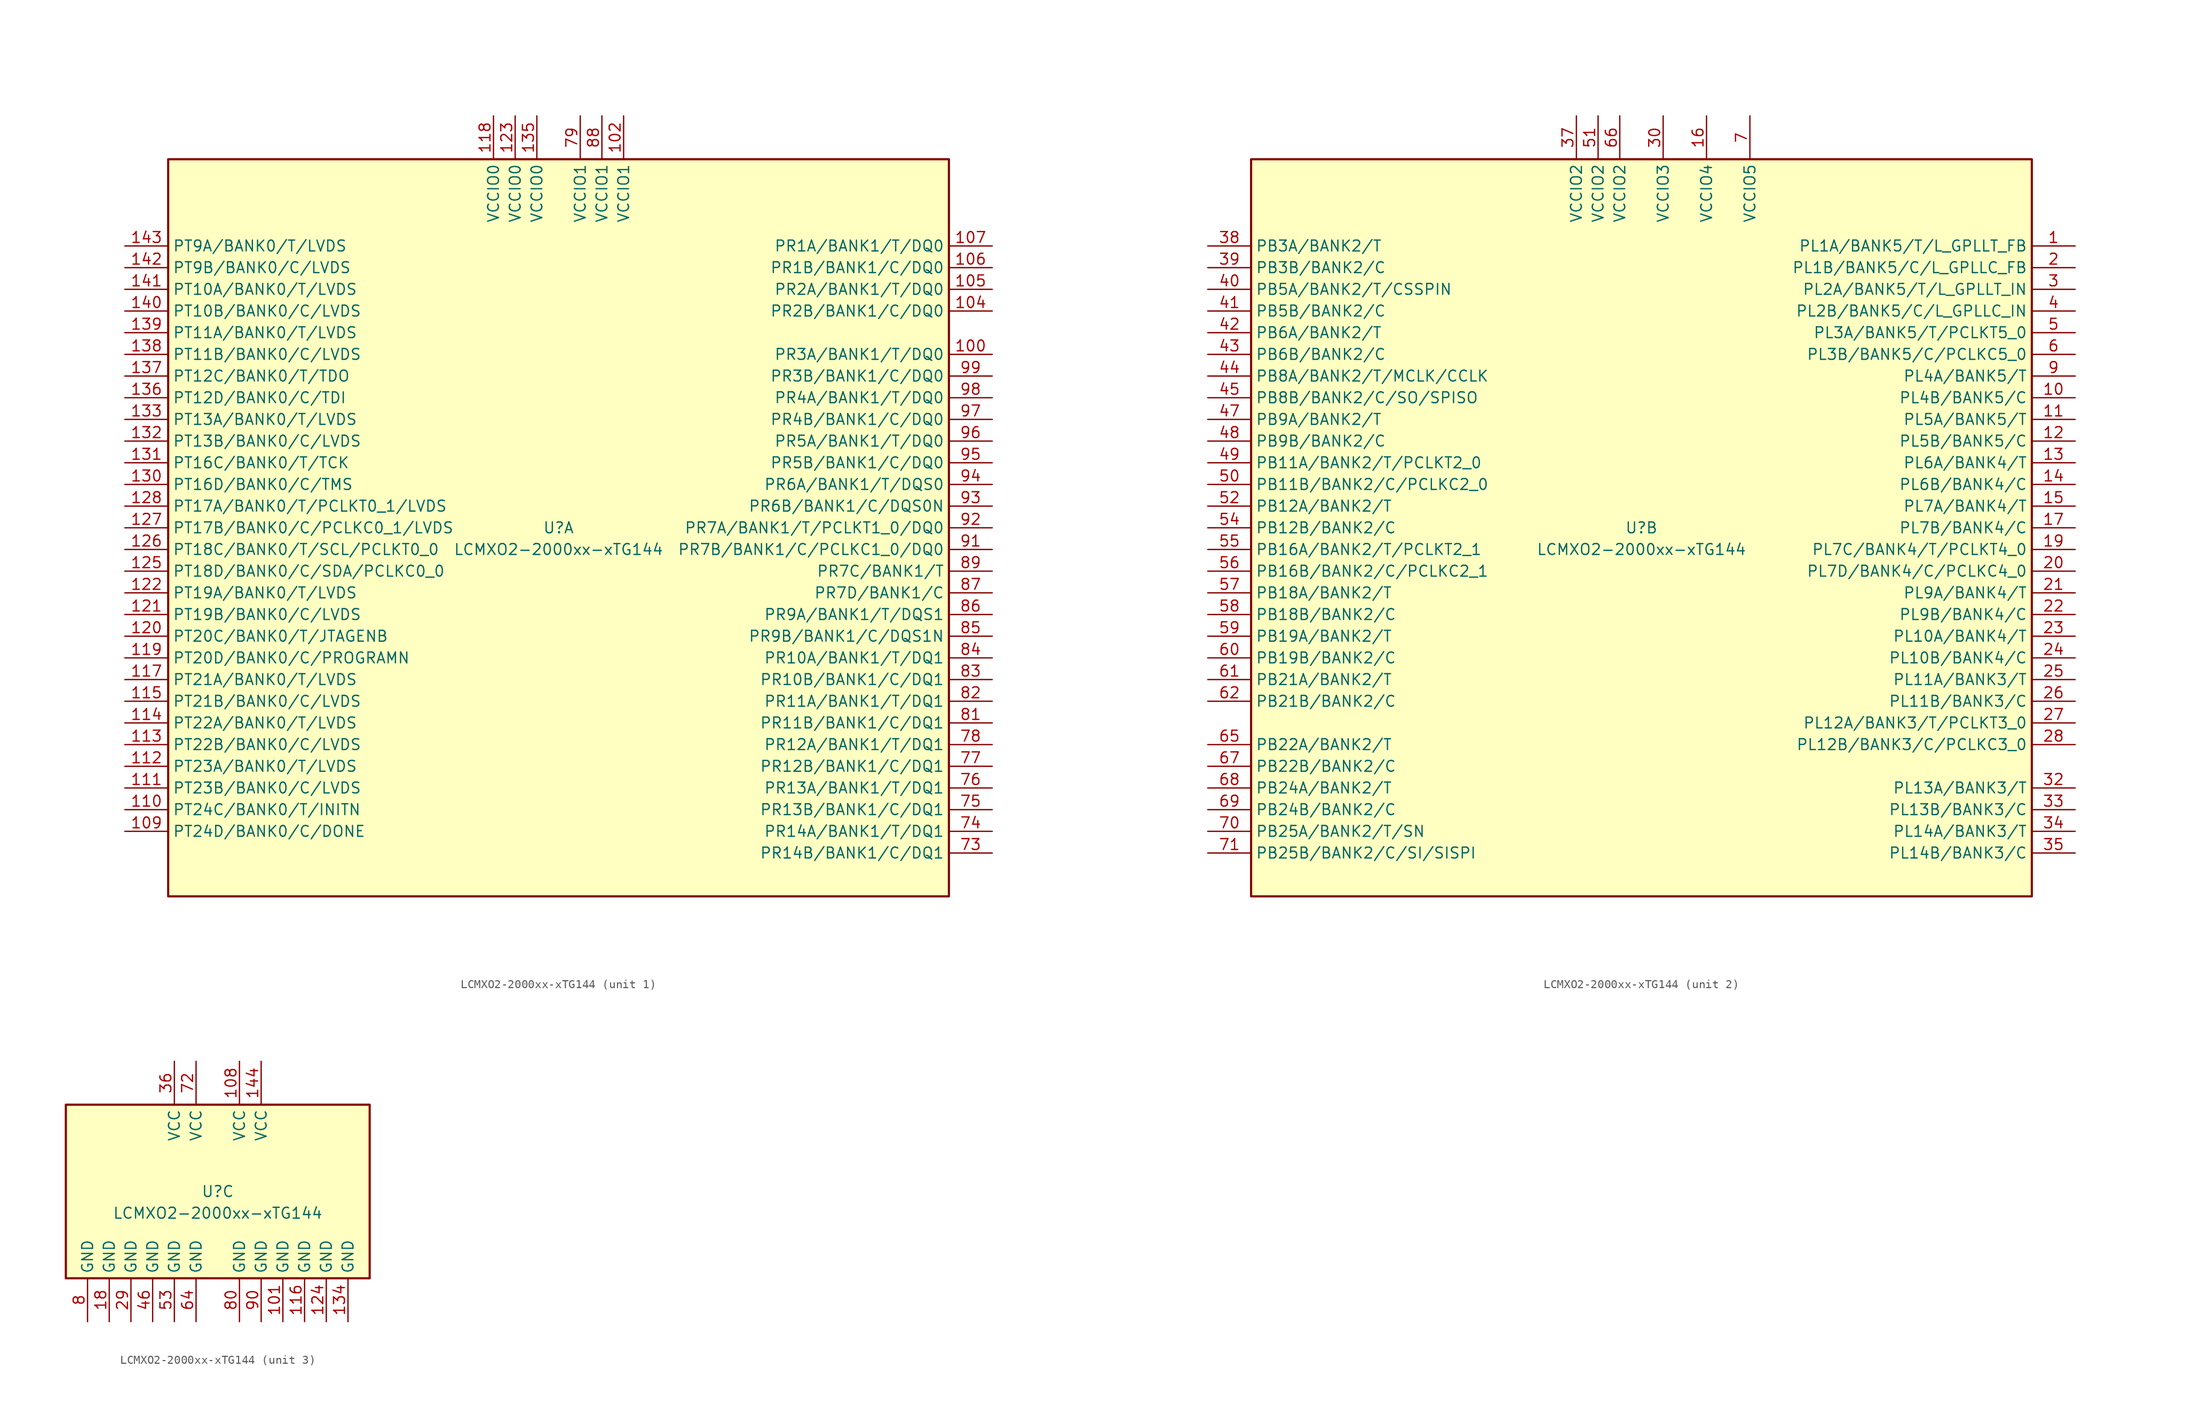
<source format=kicad_sym>
(kicad_symbol_lib
  (version 20241209)
  (generator "kicad_symbol_editor")
  (generator_version "9.0")
  (symbol "LCMXO2-2000xx-xTG144"
    (property "Reference" "U"
      (at 0 0 0)
      (effects (font (size 1.27 1.27))))
    (property "Value" "LCMXO2-2000xx-xTG144"
      (at 0 -2.54 0)
      (effects (font (size 1.27 1.27))))
    (property "ki_locked" ""
      (at 0 0 0)
      (effects (font (size 1.27 1.27))))
    (symbol "LCMXO2-2000xx-xTG144_1_1"
      (rectangle (start -45.72 43.18) (end 45.72 -43.18) (stroke (width 0.254) (type default)) (fill (type background)))
      (pin bidirectional line (at -50.8 33.02 0) (length 5.08) (name "PT9A/BANK0/T/LVDS" (effects (font (size 1.27 1.27)))) (number "143" (effects (font (size 1.27 1.27)))))
      (pin bidirectional line (at -50.8 30.48 0) (length 5.08) (name "PT9B/BANK0/C/LVDS" (effects (font (size 1.27 1.27)))) (number "142" (effects (font (size 1.27 1.27)))))
      (pin bidirectional line (at -50.8 27.94 0) (length 5.08) (name "PT10A/BANK0/T/LVDS" (effects (font (size 1.27 1.27)))) (number "141" (effects (font (size 1.27 1.27)))))
      (pin bidirectional line (at -50.8 25.4 0) (length 5.08) (name "PT10B/BANK0/C/LVDS" (effects (font (size 1.27 1.27)))) (number "140" (effects (font (size 1.27 1.27)))))
      (pin bidirectional line (at -50.8 22.86 0) (length 5.08) (name "PT11A/BANK0/T/LVDS" (effects (font (size 1.27 1.27)))) (number "139" (effects (font (size 1.27 1.27)))))
      (pin bidirectional line (at -50.8 20.32 0) (length 5.08) (name "PT11B/BANK0/C/LVDS" (effects (font (size 1.27 1.27)))) (number "138" (effects (font (size 1.27 1.27)))))
      (pin bidirectional line (at -50.8 17.78 0) (length 5.08) (name "PT12C/BANK0/T/TDO" (effects (font (size 1.27 1.27)))) (number "137" (effects (font (size 1.27 1.27)))))
      (pin bidirectional line (at -50.8 15.24 0) (length 5.08) (name "PT12D/BANK0/C/TDI" (effects (font (size 1.27 1.27)))) (number "136" (effects (font (size 1.27 1.27)))))
      (pin bidirectional line (at -50.8 12.7 0) (length 5.08) (name "PT13A/BANK0/T/LVDS" (effects (font (size 1.27 1.27)))) (number "133" (effects (font (size 1.27 1.27)))))
      (pin bidirectional line (at -50.8 10.16 0) (length 5.08) (name "PT13B/BANK0/C/LVDS" (effects (font (size 1.27 1.27)))) (number "132" (effects (font (size 1.27 1.27)))))
      (pin bidirectional line (at -50.8 7.62 0) (length 5.08) (name "PT16C/BANK0/T/TCK" (effects (font (size 1.27 1.27)))) (number "131" (effects (font (size 1.27 1.27)))))
      (pin bidirectional line (at -50.8 5.08 0) (length 5.08) (name "PT16D/BANK0/C/TMS" (effects (font (size 1.27 1.27)))) (number "130" (effects (font (size 1.27 1.27)))))
      (pin bidirectional line (at -50.8 2.54 0) (length 5.08) (name "PT17A/BANK0/T/PCLKT0_1/LVDS" (effects (font (size 1.27 1.27)))) (number "128" (effects (font (size 1.27 1.27)))))
      (pin bidirectional line (at -50.8 0 0) (length 5.08) (name "PT17B/BANK0/C/PCLKC0_1/LVDS" (effects (font (size 1.27 1.27)))) (number "127" (effects (font (size 1.27 1.27)))))
      (pin bidirectional line (at -50.8 -2.54 0) (length 5.08) (name "PT18C/BANK0/T/SCL/PCLKT0_0" (effects (font (size 1.27 1.27)))) (number "126" (effects (font (size 1.27 1.27)))))
      (pin bidirectional line (at -50.8 -5.08 0) (length 5.08) (name "PT18D/BANK0/C/SDA/PCLKC0_0" (effects (font (size 1.27 1.27)))) (number "125" (effects (font (size 1.27 1.27)))))
      (pin bidirectional line (at -50.8 -7.62 0) (length 5.08) (name "PT19A/BANK0/T/LVDS" (effects (font (size 1.27 1.27)))) (number "122" (effects (font (size 1.27 1.27)))))
      (pin bidirectional line (at -50.8 -10.16 0) (length 5.08) (name "PT19B/BANK0/C/LVDS" (effects (font (size 1.27 1.27)))) (number "121" (effects (font (size 1.27 1.27)))))
      (pin bidirectional line (at -50.8 -12.7 0) (length 5.08) (name "PT20C/BANK0/T/JTAGENB" (effects (font (size 1.27 1.27)))) (number "120" (effects (font (size 1.27 1.27)))))
      (pin bidirectional line (at -50.8 -15.24 0) (length 5.08) (name "PT20D/BANK0/C/PROGRAMN" (effects (font (size 1.27 1.27)))) (number "119" (effects (font (size 1.27 1.27)))))
      (pin bidirectional line (at -50.8 -17.78 0) (length 5.08) (name "PT21A/BANK0/T/LVDS" (effects (font (size 1.27 1.27)))) (number "117" (effects (font (size 1.27 1.27)))))
      (pin bidirectional line (at -50.8 -20.32 0) (length 5.08) (name "PT21B/BANK0/C/LVDS" (effects (font (size 1.27 1.27)))) (number "115" (effects (font (size 1.27 1.27)))))
      (pin bidirectional line (at -50.8 -22.86 0) (length 5.08) (name "PT22A/BANK0/T/LVDS" (effects (font (size 1.27 1.27)))) (number "114" (effects (font (size 1.27 1.27)))))
      (pin bidirectional line (at -50.8 -25.4 0) (length 5.08) (name "PT22B/BANK0/C/LVDS" (effects (font (size 1.27 1.27)))) (number "113" (effects (font (size 1.27 1.27)))))
      (pin bidirectional line (at -50.8 -27.94 0) (length 5.08) (name "PT23A/BANK0/T/LVDS" (effects (font (size 1.27 1.27)))) (number "112" (effects (font (size 1.27 1.27)))))
      (pin bidirectional line (at -50.8 -30.48 0) (length 5.08) (name "PT23B/BANK0/C/LVDS" (effects (font (size 1.27 1.27)))) (number "111" (effects (font (size 1.27 1.27)))))
      (pin bidirectional line (at -50.8 -33.02 0) (length 5.08) (name "PT24C/BANK0/T/INITN" (effects (font (size 1.27 1.27)))) (number "110" (effects (font (size 1.27 1.27)))))
      (pin bidirectional line (at -50.8 -35.56 0) (length 5.08) (name "PT24D/BANK0/C/DONE" (effects (font (size 1.27 1.27)))) (number "109" (effects (font (size 1.27 1.27)))))
      (pin no_connect line (at -45.72 -38.1 0) (length 5.08) (hide yes) (name "NC" (effects (font (size 1.27 1.27)))) (number "129" (effects (font (size 1.27 1.27)))))
      (pin power_in line (at -7.62 48.26 270) (length 5.08) (name "VCCIO0" (effects (font (size 1.27 1.27)))) (number "118" (effects (font (size 1.27 1.27)))))
      (pin power_in line (at -5.08 48.26 270) (length 5.08) (name "VCCIO0" (effects (font (size 1.27 1.27)))) (number "123" (effects (font (size 1.27 1.27)))))
      (pin power_in line (at -2.54 48.26 270) (length 5.08) (name "VCCIO0" (effects (font (size 1.27 1.27)))) (number "135" (effects (font (size 1.27 1.27)))))
      (pin power_in line (at 2.54 48.26 270) (length 5.08) (name "VCCIO1" (effects (font (size 1.27 1.27)))) (number "79" (effects (font (size 1.27 1.27)))))
      (pin power_in line (at 5.08 48.26 270) (length 5.08) (name "VCCIO1" (effects (font (size 1.27 1.27)))) (number "88" (effects (font (size 1.27 1.27)))))
      (pin power_in line (at 7.62 48.26 270) (length 5.08) (name "VCCIO1" (effects (font (size 1.27 1.27)))) (number "102" (effects (font (size 1.27 1.27)))))
      (pin no_connect line (at 45.72 22.86 180) (length 5.08) (hide yes) (name "NC" (effects (font (size 1.27 1.27)))) (number "103" (effects (font (size 1.27 1.27)))))
      (pin bidirectional line (at 50.8 33.02 180) (length 5.08) (name "PR1A/BANK1/T/DQ0" (effects (font (size 1.27 1.27)))) (number "107" (effects (font (size 1.27 1.27)))))
      (pin bidirectional line (at 50.8 30.48 180) (length 5.08) (name "PR1B/BANK1/C/DQ0" (effects (font (size 1.27 1.27)))) (number "106" (effects (font (size 1.27 1.27)))))
      (pin bidirectional line (at 50.8 27.94 180) (length 5.08) (name "PR2A/BANK1/T/DQ0" (effects (font (size 1.27 1.27)))) (number "105" (effects (font (size 1.27 1.27)))))
      (pin bidirectional line (at 50.8 25.4 180) (length 5.08) (name "PR2B/BANK1/C/DQ0" (effects (font (size 1.27 1.27)))) (number "104" (effects (font (size 1.27 1.27)))))
      (pin bidirectional line (at 50.8 20.32 180) (length 5.08) (name "PR3A/BANK1/T/DQ0" (effects (font (size 1.27 1.27)))) (number "100" (effects (font (size 1.27 1.27)))))
      (pin bidirectional line (at 50.8 17.78 180) (length 5.08) (name "PR3B/BANK1/C/DQ0" (effects (font (size 1.27 1.27)))) (number "99" (effects (font (size 1.27 1.27)))))
      (pin bidirectional line (at 50.8 15.24 180) (length 5.08) (name "PR4A/BANK1/T/DQ0" (effects (font (size 1.27 1.27)))) (number "98" (effects (font (size 1.27 1.27)))))
      (pin bidirectional line (at 50.8 12.7 180) (length 5.08) (name "PR4B/BANK1/C/DQ0" (effects (font (size 1.27 1.27)))) (number "97" (effects (font (size 1.27 1.27)))))
      (pin bidirectional line (at 50.8 10.16 180) (length 5.08) (name "PR5A/BANK1/T/DQ0" (effects (font (size 1.27 1.27)))) (number "96" (effects (font (size 1.27 1.27)))))
      (pin bidirectional line (at 50.8 7.62 180) (length 5.08) (name "PR5B/BANK1/C/DQ0" (effects (font (size 1.27 1.27)))) (number "95" (effects (font (size 1.27 1.27)))))
      (pin bidirectional line (at 50.8 5.08 180) (length 5.08) (name "PR6A/BANK1/T/DQS0" (effects (font (size 1.27 1.27)))) (number "94" (effects (font (size 1.27 1.27)))))
      (pin bidirectional line (at 50.8 2.54 180) (length 5.08) (name "PR6B/BANK1/C/DQS0N" (effects (font (size 1.27 1.27)))) (number "93" (effects (font (size 1.27 1.27)))))
      (pin bidirectional line (at 50.8 0 180) (length 5.08) (name "PR7A/BANK1/T/PCLKT1_0/DQ0" (effects (font (size 1.27 1.27)))) (number "92" (effects (font (size 1.27 1.27)))))
      (pin bidirectional line (at 50.8 -2.54 180) (length 5.08) (name "PR7B/BANK1/C/PCLKC1_0/DQ0" (effects (font (size 1.27 1.27)))) (number "91" (effects (font (size 1.27 1.27)))))
      (pin bidirectional line (at 50.8 -5.08 180) (length 5.08) (name "PR7C/BANK1/T" (effects (font (size 1.27 1.27)))) (number "89" (effects (font (size 1.27 1.27)))))
      (pin bidirectional line (at 50.8 -7.62 180) (length 5.08) (name "PR7D/BANK1/C" (effects (font (size 1.27 1.27)))) (number "87" (effects (font (size 1.27 1.27)))))
      (pin bidirectional line (at 50.8 -10.16 180) (length 5.08) (name "PR9A/BANK1/T/DQS1" (effects (font (size 1.27 1.27)))) (number "86" (effects (font (size 1.27 1.27)))))
      (pin bidirectional line (at 50.8 -12.7 180) (length 5.08) (name "PR9B/BANK1/C/DQS1N" (effects (font (size 1.27 1.27)))) (number "85" (effects (font (size 1.27 1.27)))))
      (pin bidirectional line (at 50.8 -15.24 180) (length 5.08) (name "PR10A/BANK1/T/DQ1" (effects (font (size 1.27 1.27)))) (number "84" (effects (font (size 1.27 1.27)))))
      (pin bidirectional line (at 50.8 -17.78 180) (length 5.08) (name "PR10B/BANK1/C/DQ1" (effects (font (size 1.27 1.27)))) (number "83" (effects (font (size 1.27 1.27)))))
      (pin bidirectional line (at 50.8 -20.32 180) (length 5.08) (name "PR11A/BANK1/T/DQ1" (effects (font (size 1.27 1.27)))) (number "82" (effects (font (size 1.27 1.27)))))
      (pin bidirectional line (at 50.8 -22.86 180) (length 5.08) (name "PR11B/BANK1/C/DQ1" (effects (font (size 1.27 1.27)))) (number "81" (effects (font (size 1.27 1.27)))))
      (pin bidirectional line (at 50.8 -25.4 180) (length 5.08) (name "PR12A/BANK1/T/DQ1" (effects (font (size 1.27 1.27)))) (number "78" (effects (font (size 1.27 1.27)))))
      (pin bidirectional line (at 50.8 -27.94 180) (length 5.08) (name "PR12B/BANK1/C/DQ1" (effects (font (size 1.27 1.27)))) (number "77" (effects (font (size 1.27 1.27)))))
      (pin bidirectional line (at 50.8 -30.48 180) (length 5.08) (name "PR13A/BANK1/T/DQ1" (effects (font (size 1.27 1.27)))) (number "76" (effects (font (size 1.27 1.27)))))
      (pin bidirectional line (at 50.8 -33.02 180) (length 5.08) (name "PR13B/BANK1/C/DQ1" (effects (font (size 1.27 1.27)))) (number "75" (effects (font (size 1.27 1.27)))))
      (pin bidirectional line (at 50.8 -35.56 180) (length 5.08) (name "PR14A/BANK1/T/DQ1" (effects (font (size 1.27 1.27)))) (number "74" (effects (font (size 1.27 1.27)))))
      (pin bidirectional line (at 50.8 -38.1 180) (length 5.08) (name "PR14B/BANK1/C/DQ1" (effects (font (size 1.27 1.27)))) (number "73" (effects (font (size 1.27 1.27))))))
    (symbol "LCMXO2-2000xx-xTG144_2_1"
      (rectangle (start -45.72 43.18) (end 45.72 -43.18) (stroke (width 0.254) (type default)) (fill (type background)))
      (pin bidirectional line (at -50.8 33.02 0) (length 5.08) (name "PB3A/BANK2/T" (effects (font (size 1.27 1.27)))) (number "38" (effects (font (size 1.27 1.27)))))
      (pin bidirectional line (at -50.8 30.48 0) (length 5.08) (name "PB3B/BANK2/C" (effects (font (size 1.27 1.27)))) (number "39" (effects (font (size 1.27 1.27)))))
      (pin bidirectional line (at -50.8 27.94 0) (length 5.08) (name "PB5A/BANK2/T/CSSPIN" (effects (font (size 1.27 1.27)))) (number "40" (effects (font (size 1.27 1.27)))))
      (pin bidirectional line (at -50.8 25.4 0) (length 5.08) (name "PB5B/BANK2/C" (effects (font (size 1.27 1.27)))) (number "41" (effects (font (size 1.27 1.27)))))
      (pin bidirectional line (at -50.8 22.86 0) (length 5.08) (name "PB6A/BANK2/T" (effects (font (size 1.27 1.27)))) (number "42" (effects (font (size 1.27 1.27)))))
      (pin bidirectional line (at -50.8 20.32 0) (length 5.08) (name "PB6B/BANK2/C" (effects (font (size 1.27 1.27)))) (number "43" (effects (font (size 1.27 1.27)))))
      (pin bidirectional line (at -50.8 17.78 0) (length 5.08) (name "PB8A/BANK2/T/MCLK/CCLK" (effects (font (size 1.27 1.27)))) (number "44" (effects (font (size 1.27 1.27)))))
      (pin bidirectional line (at -50.8 15.24 0) (length 5.08) (name "PB8B/BANK2/C/SO/SPISO" (effects (font (size 1.27 1.27)))) (number "45" (effects (font (size 1.27 1.27)))))
      (pin bidirectional line (at -50.8 12.7 0) (length 5.08) (name "PB9A/BANK2/T" (effects (font (size 1.27 1.27)))) (number "47" (effects (font (size 1.27 1.27)))))
      (pin bidirectional line (at -50.8 10.16 0) (length 5.08) (name "PB9B/BANK2/C" (effects (font (size 1.27 1.27)))) (number "48" (effects (font (size 1.27 1.27)))))
      (pin bidirectional line (at -50.8 7.62 0) (length 5.08) (name "PB11A/BANK2/T/PCLKT2_0" (effects (font (size 1.27 1.27)))) (number "49" (effects (font (size 1.27 1.27)))))
      (pin bidirectional line (at -50.8 5.08 0) (length 5.08) (name "PB11B/BANK2/C/PCLKC2_0" (effects (font (size 1.27 1.27)))) (number "50" (effects (font (size 1.27 1.27)))))
      (pin bidirectional line (at -50.8 2.54 0) (length 5.08) (name "PB12A/BANK2/T" (effects (font (size 1.27 1.27)))) (number "52" (effects (font (size 1.27 1.27)))))
      (pin bidirectional line (at -50.8 0 0) (length 5.08) (name "PB12B/BANK2/C" (effects (font (size 1.27 1.27)))) (number "54" (effects (font (size 1.27 1.27)))))
      (pin bidirectional line (at -50.8 -2.54 0) (length 5.08) (name "PB16A/BANK2/T/PCLKT2_1" (effects (font (size 1.27 1.27)))) (number "55" (effects (font (size 1.27 1.27)))))
      (pin bidirectional line (at -50.8 -5.08 0) (length 5.08) (name "PB16B/BANK2/C/PCLKC2_1" (effects (font (size 1.27 1.27)))) (number "56" (effects (font (size 1.27 1.27)))))
      (pin bidirectional line (at -50.8 -7.62 0) (length 5.08) (name "PB18A/BANK2/T" (effects (font (size 1.27 1.27)))) (number "57" (effects (font (size 1.27 1.27)))))
      (pin bidirectional line (at -50.8 -10.16 0) (length 5.08) (name "PB18B/BANK2/C" (effects (font (size 1.27 1.27)))) (number "58" (effects (font (size 1.27 1.27)))))
      (pin bidirectional line (at -50.8 -12.7 0) (length 5.08) (name "PB19A/BANK2/T" (effects (font (size 1.27 1.27)))) (number "59" (effects (font (size 1.27 1.27)))))
      (pin bidirectional line (at -50.8 -15.24 0) (length 5.08) (name "PB19B/BANK2/C" (effects (font (size 1.27 1.27)))) (number "60" (effects (font (size 1.27 1.27)))))
      (pin bidirectional line (at -50.8 -17.78 0) (length 5.08) (name "PB21A/BANK2/T" (effects (font (size 1.27 1.27)))) (number "61" (effects (font (size 1.27 1.27)))))
      (pin bidirectional line (at -50.8 -20.32 0) (length 5.08) (name "PB21B/BANK2/C" (effects (font (size 1.27 1.27)))) (number "62" (effects (font (size 1.27 1.27)))))
      (pin bidirectional line (at -50.8 -25.4 0) (length 5.08) (name "PB22A/BANK2/T" (effects (font (size 1.27 1.27)))) (number "65" (effects (font (size 1.27 1.27)))))
      (pin bidirectional line (at -50.8 -27.94 0) (length 5.08) (name "PB22B/BANK2/C" (effects (font (size 1.27 1.27)))) (number "67" (effects (font (size 1.27 1.27)))))
      (pin bidirectional line (at -50.8 -30.48 0) (length 5.08) (name "PB24A/BANK2/T" (effects (font (size 1.27 1.27)))) (number "68" (effects (font (size 1.27 1.27)))))
      (pin bidirectional line (at -50.8 -33.02 0) (length 5.08) (name "PB24B/BANK2/C" (effects (font (size 1.27 1.27)))) (number "69" (effects (font (size 1.27 1.27)))))
      (pin bidirectional line (at -50.8 -35.56 0) (length 5.08) (name "PB25A/BANK2/T/SN" (effects (font (size 1.27 1.27)))) (number "70" (effects (font (size 1.27 1.27)))))
      (pin bidirectional line (at -50.8 -38.1 0) (length 5.08) (name "PB25B/BANK2/C/SI/SISPI" (effects (font (size 1.27 1.27)))) (number "71" (effects (font (size 1.27 1.27)))))
      (pin no_connect line (at -45.72 -22.86 0) (length 5.08) (hide yes) (name "NC" (effects (font (size 1.27 1.27)))) (number "63" (effects (font (size 1.27 1.27)))))
      (pin power_in line (at -7.62 48.26 270) (length 5.08) (name "VCCIO2" (effects (font (size 1.27 1.27)))) (number "37" (effects (font (size 1.27 1.27)))))
      (pin power_in line (at -5.08 48.26 270) (length 5.08) (name "VCCIO2" (effects (font (size 1.27 1.27)))) (number "51" (effects (font (size 1.27 1.27)))))
      (pin power_in line (at -2.54 48.26 270) (length 5.08) (name "VCCIO2" (effects (font (size 1.27 1.27)))) (number "66" (effects (font (size 1.27 1.27)))))
      (pin power_in line (at 2.54 48.26 270) (length 5.08) (name "VCCIO3" (effects (font (size 1.27 1.27)))) (number "30" (effects (font (size 1.27 1.27)))))
      (pin power_in line (at 7.62 48.26 270) (length 5.08) (name "VCCIO4" (effects (font (size 1.27 1.27)))) (number "16" (effects (font (size 1.27 1.27)))))
      (pin power_in line (at 12.7 48.26 270) (length 5.08) (name "VCCIO5" (effects (font (size 1.27 1.27)))) (number "7" (effects (font (size 1.27 1.27)))))
      (pin no_connect line (at 45.72 -27.94 180) (length 5.08) (hide yes) (name "NC" (effects (font (size 1.27 1.27)))) (number "31" (effects (font (size 1.27 1.27)))))
      (pin bidirectional line (at 50.8 33.02 180) (length 5.08) (name "PL1A/BANK5/T/L_GPLLT_FB" (effects (font (size 1.27 1.27)))) (number "1" (effects (font (size 1.27 1.27)))))
      (pin bidirectional line (at 50.8 30.48 180) (length 5.08) (name "PL1B/BANK5/C/L_GPLLC_FB" (effects (font (size 1.27 1.27)))) (number "2" (effects (font (size 1.27 1.27)))))
      (pin bidirectional line (at 50.8 27.94 180) (length 5.08) (name "PL2A/BANK5/T/L_GPLLT_IN" (effects (font (size 1.27 1.27)))) (number "3" (effects (font (size 1.27 1.27)))))
      (pin bidirectional line (at 50.8 25.4 180) (length 5.08) (name "PL2B/BANK5/C/L_GPLLC_IN" (effects (font (size 1.27 1.27)))) (number "4" (effects (font (size 1.27 1.27)))))
      (pin bidirectional line (at 50.8 22.86 180) (length 5.08) (name "PL3A/BANK5/T/PCLKT5_0" (effects (font (size 1.27 1.27)))) (number "5" (effects (font (size 1.27 1.27)))))
      (pin bidirectional line (at 50.8 20.32 180) (length 5.08) (name "PL3B/BANK5/C/PCLKC5_0" (effects (font (size 1.27 1.27)))) (number "6" (effects (font (size 1.27 1.27)))))
      (pin bidirectional line (at 50.8 17.78 180) (length 5.08) (name "PL4A/BANK5/T" (effects (font (size 1.27 1.27)))) (number "9" (effects (font (size 1.27 1.27)))))
      (pin bidirectional line (at 50.8 15.24 180) (length 5.08) (name "PL4B/BANK5/C" (effects (font (size 1.27 1.27)))) (number "10" (effects (font (size 1.27 1.27)))))
      (pin bidirectional line (at 50.8 12.7 180) (length 5.08) (name "PL5A/BANK5/T" (effects (font (size 1.27 1.27)))) (number "11" (effects (font (size 1.27 1.27)))))
      (pin bidirectional line (at 50.8 10.16 180) (length 5.08) (name "PL5B/BANK5/C" (effects (font (size 1.27 1.27)))) (number "12" (effects (font (size 1.27 1.27)))))
      (pin bidirectional line (at 50.8 7.62 180) (length 5.08) (name "PL6A/BANK4/T" (effects (font (size 1.27 1.27)))) (number "13" (effects (font (size 1.27 1.27)))))
      (pin bidirectional line (at 50.8 5.08 180) (length 5.08) (name "PL6B/BANK4/C" (effects (font (size 1.27 1.27)))) (number "14" (effects (font (size 1.27 1.27)))))
      (pin bidirectional line (at 50.8 2.54 180) (length 5.08) (name "PL7A/BANK4/T" (effects (font (size 1.27 1.27)))) (number "15" (effects (font (size 1.27 1.27)))))
      (pin bidirectional line (at 50.8 0 180) (length 5.08) (name "PL7B/BANK4/C" (effects (font (size 1.27 1.27)))) (number "17" (effects (font (size 1.27 1.27)))))
      (pin bidirectional line (at 50.8 -2.54 180) (length 5.08) (name "PL7C/BANK4/T/PCLKT4_0" (effects (font (size 1.27 1.27)))) (number "19" (effects (font (size 1.27 1.27)))))
      (pin bidirectional line (at 50.8 -5.08 180) (length 5.08) (name "PL7D/BANK4/C/PCLKC4_0" (effects (font (size 1.27 1.27)))) (number "20" (effects (font (size 1.27 1.27)))))
      (pin bidirectional line (at 50.8 -7.62 180) (length 5.08) (name "PL9A/BANK4/T" (effects (font (size 1.27 1.27)))) (number "21" (effects (font (size 1.27 1.27)))))
      (pin bidirectional line (at 50.8 -10.16 180) (length 5.08) (name "PL9B/BANK4/C" (effects (font (size 1.27 1.27)))) (number "22" (effects (font (size 1.27 1.27)))))
      (pin bidirectional line (at 50.8 -12.7 180) (length 5.08) (name "PL10A/BANK4/T" (effects (font (size 1.27 1.27)))) (number "23" (effects (font (size 1.27 1.27)))))
      (pin bidirectional line (at 50.8 -15.24 180) (length 5.08) (name "PL10B/BANK4/C" (effects (font (size 1.27 1.27)))) (number "24" (effects (font (size 1.27 1.27)))))
      (pin bidirectional line (at 50.8 -17.78 180) (length 5.08) (name "PL11A/BANK3/T" (effects (font (size 1.27 1.27)))) (number "25" (effects (font (size 1.27 1.27)))))
      (pin bidirectional line (at 50.8 -20.32 180) (length 5.08) (name "PL11B/BANK3/C" (effects (font (size 1.27 1.27)))) (number "26" (effects (font (size 1.27 1.27)))))
      (pin bidirectional line (at 50.8 -22.86 180) (length 5.08) (name "PL12A/BANK3/T/PCLKT3_0" (effects (font (size 1.27 1.27)))) (number "27" (effects (font (size 1.27 1.27)))))
      (pin bidirectional line (at 50.8 -25.4 180) (length 5.08) (name "PL12B/BANK3/C/PCLKC3_0" (effects (font (size 1.27 1.27)))) (number "28" (effects (font (size 1.27 1.27)))))
      (pin bidirectional line (at 50.8 -30.48 180) (length 5.08) (name "PL13A/BANK3/T" (effects (font (size 1.27 1.27)))) (number "32" (effects (font (size 1.27 1.27)))))
      (pin bidirectional line (at 50.8 -33.02 180) (length 5.08) (name "PL13B/BANK3/C" (effects (font (size 1.27 1.27)))) (number "33" (effects (font (size 1.27 1.27)))))
      (pin bidirectional line (at 50.8 -35.56 180) (length 5.08) (name "PL14A/BANK3/T" (effects (font (size 1.27 1.27)))) (number "34" (effects (font (size 1.27 1.27)))))
      (pin bidirectional line (at 50.8 -38.1 180) (length 5.08) (name "PL14B/BANK3/C" (effects (font (size 1.27 1.27)))) (number "35" (effects (font (size 1.27 1.27))))))
    (symbol "LCMXO2-2000xx-xTG144_3_1"
      (rectangle (start -17.78 10.16) (end 17.78 -10.16) (stroke (width 0.254) (type default)) (fill (type background)))
      (pin power_in line (at -15.24 -15.24 90) (length 5.08) (name "GND" (effects (font (size 1.27 1.27)))) (number "8" (effects (font (size 1.27 1.27)))))
      (pin power_in line (at -12.7 -15.24 90) (length 5.08) (name "GND" (effects (font (size 1.27 1.27)))) (number "18" (effects (font (size 1.27 1.27)))))
      (pin power_in line (at -10.16 -15.24 90) (length 5.08) (name "GND" (effects (font (size 1.27 1.27)))) (number "29" (effects (font (size 1.27 1.27)))))
      (pin power_in line (at -7.62 -15.24 90) (length 5.08) (name "GND" (effects (font (size 1.27 1.27)))) (number "46" (effects (font (size 1.27 1.27)))))
      (pin power_in line (at -5.08 15.24 270) (length 5.08) (name "VCC" (effects (font (size 1.27 1.27)))) (number "36" (effects (font (size 1.27 1.27)))))
      (pin power_in line (at -5.08 -15.24 90) (length 5.08) (name "GND" (effects (font (size 1.27 1.27)))) (number "53" (effects (font (size 1.27 1.27)))))
      (pin power_in line (at -2.54 15.24 270) (length 5.08) (name "VCC" (effects (font (size 1.27 1.27)))) (number "72" (effects (font (size 1.27 1.27)))))
      (pin power_in line (at -2.54 -15.24 90) (length 5.08) (name "GND" (effects (font (size 1.27 1.27)))) (number "64" (effects (font (size 1.27 1.27)))))
      (pin power_in line (at 2.54 15.24 270) (length 5.08) (name "VCC" (effects (font (size 1.27 1.27)))) (number "108" (effects (font (size 1.27 1.27)))))
      (pin power_in line (at 2.54 -15.24 90) (length 5.08) (name "GND" (effects (font (size 1.27 1.27)))) (number "80" (effects (font (size 1.27 1.27)))))
      (pin power_in line (at 5.08 15.24 270) (length 5.08) (name "VCC" (effects (font (size 1.27 1.27)))) (number "144" (effects (font (size 1.27 1.27)))))
      (pin power_in line (at 5.08 -15.24 90) (length 5.08) (name "GND" (effects (font (size 1.27 1.27)))) (number "90" (effects (font (size 1.27 1.27)))))
      (pin power_in line (at 7.62 -15.24 90) (length 5.08) (name "GND" (effects (font (size 1.27 1.27)))) (number "101" (effects (font (size 1.27 1.27)))))
      (pin power_in line (at 10.16 -15.24 90) (length 5.08) (name "GND" (effects (font (size 1.27 1.27)))) (number "116" (effects (font (size 1.27 1.27)))))
      (pin power_in line (at 12.7 -15.24 90) (length 5.08) (name "GND" (effects (font (size 1.27 1.27)))) (number "124" (effects (font (size 1.27 1.27)))))
      (pin power_in line (at 15.24 -15.24 90) (length 5.08) (name "GND" (effects (font (size 1.27 1.27)))) (number "134" (effects (font (size 1.27 1.27))))))))
</source>
